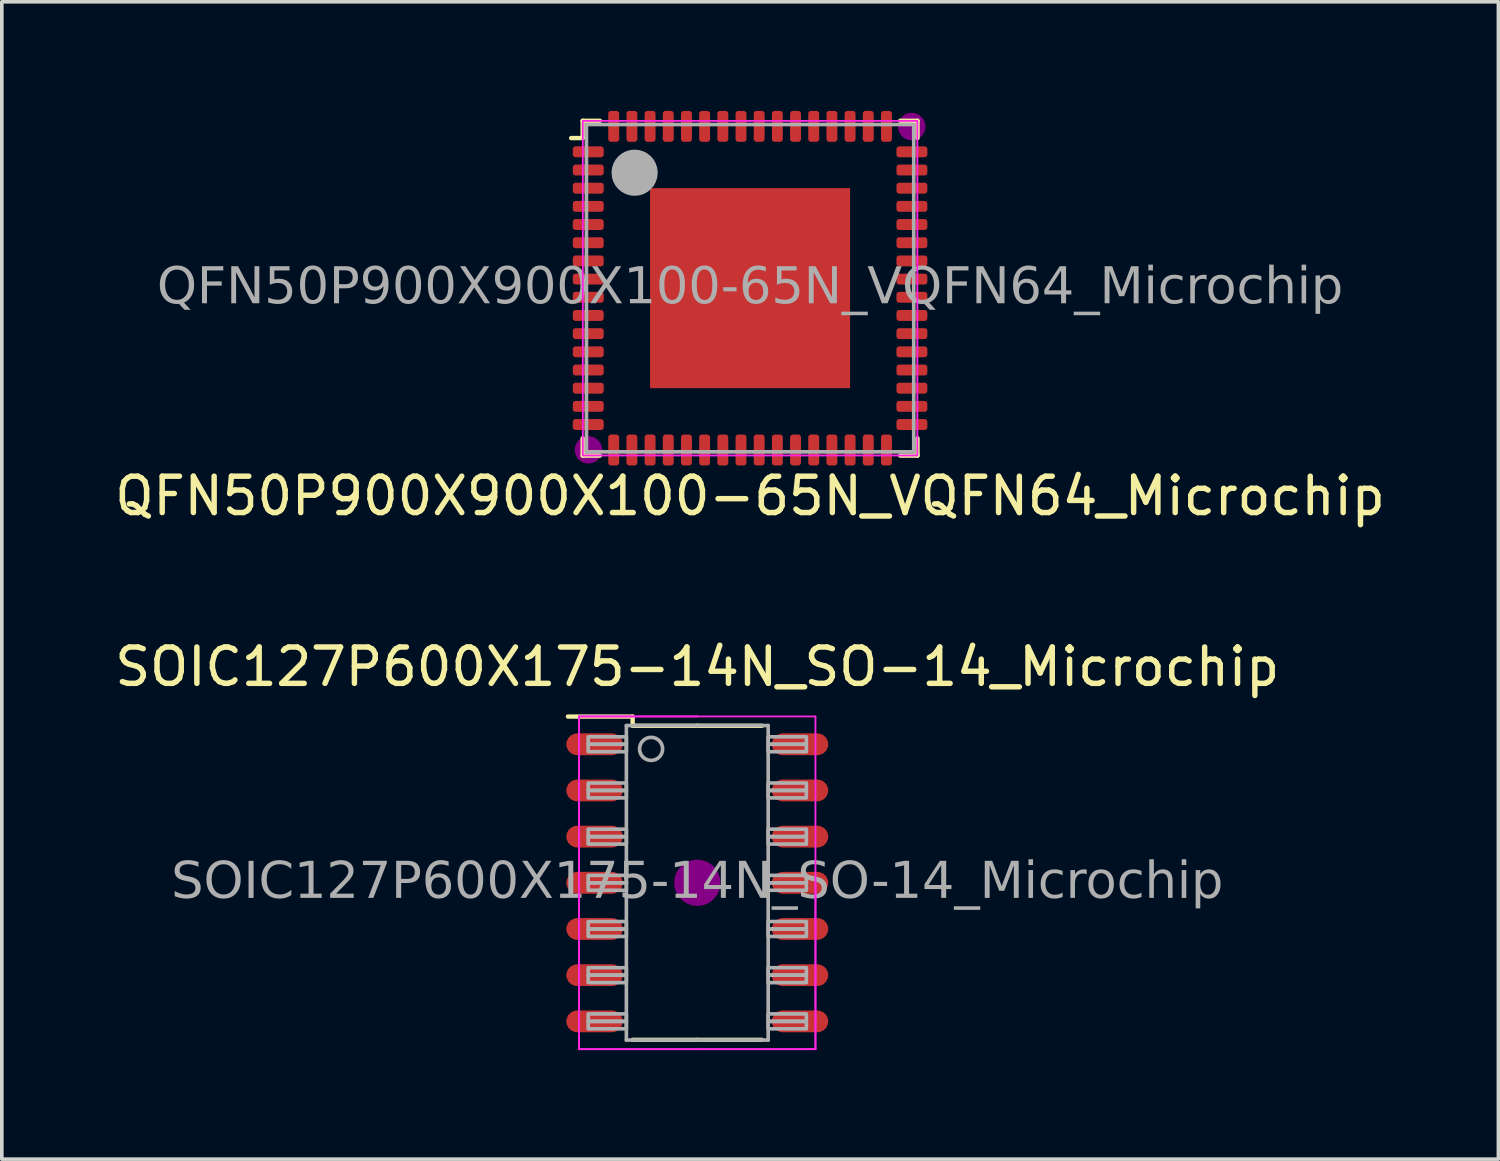
<source format=kicad_pcb>
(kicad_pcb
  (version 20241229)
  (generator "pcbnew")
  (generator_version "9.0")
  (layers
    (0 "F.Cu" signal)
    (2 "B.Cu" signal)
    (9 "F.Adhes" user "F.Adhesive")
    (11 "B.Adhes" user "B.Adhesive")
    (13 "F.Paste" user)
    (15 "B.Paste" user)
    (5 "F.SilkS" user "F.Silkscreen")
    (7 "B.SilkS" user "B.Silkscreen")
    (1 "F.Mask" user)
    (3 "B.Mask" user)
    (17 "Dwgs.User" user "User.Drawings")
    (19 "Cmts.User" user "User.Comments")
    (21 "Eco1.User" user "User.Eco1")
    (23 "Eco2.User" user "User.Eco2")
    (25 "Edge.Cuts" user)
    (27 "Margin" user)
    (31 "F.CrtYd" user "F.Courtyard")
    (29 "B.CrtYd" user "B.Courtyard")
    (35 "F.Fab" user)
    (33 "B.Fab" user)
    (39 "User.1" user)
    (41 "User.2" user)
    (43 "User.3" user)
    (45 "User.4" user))
  (footprint "QFN50P900X900X100-65N_VQFN64_Microchip"
    (layer "F.Cu")
    (at 17.577 4.875)
    (property "Reference" "QFN50P900X900X100-65N_VQFN64_Microchip" (at 0 5.715 0) (layer "F.SilkS") (effects (font (size 1 1) (thickness 0.15))))
    (attr smd)
    (fp_line (start -4.921 -4.128) (end -4.604 -4.128) (stroke (width 0.12) (type solid)) (layer "F.SilkS"))
    (fp_line (start -4.604 -4.128) (end -4.604 -4.604) (stroke (width 0.12) (type solid)) (layer "F.SilkS"))
    (fp_line (start -4.604 4.128) (end -4.604 4.604) (stroke (width 0.12) (type solid)) (layer "F.SilkS"))
    (fp_line (start -4.128 -4.604) (end -4.604 -4.604) (stroke (width 0.12) (type solid)) (layer "F.SilkS"))
    (fp_line (start -4.128 4.604) (end -4.604 4.604) (stroke (width 0.12) (type solid)) (layer "F.SilkS"))
    (fp_line (start 4.128 -4.604) (end 4.604 -4.604) (stroke (width 0.12) (type solid)) (layer "F.SilkS"))
    (fp_line (start 4.128 4.604) (end 4.604 4.604) (stroke (width 0.12) (type solid)) (layer "F.SilkS"))
    (fp_line (start 4.604 -4.128) (end 4.604 -4.604) (stroke (width 0.12) (type solid)) (layer "F.SilkS"))
    (fp_line (start 4.604 4.128) (end 4.604 4.604) (stroke (width 0.12) (type solid)) (layer "F.SilkS"))
    (fp_circle (center -4.445 4.445) (end -4.128 4.445) (stroke (width 0.12) (type solid)) (fill yes) (layer "F.Adhes"))
    (fp_circle (center 4.445 -4.445) (end 4.763 -4.445) (stroke (width 0.12) (type solid)) (fill yes) (layer "F.Adhes"))
    (fp_rect (start -4.6 -4.6) (end 4.6 4.6) (stroke (width 0.05) (type default)) (fill no) (layer "F.CrtYd"))
    (fp_rect (start -4.5 -4.5) (end 4.5 4.5) (stroke (width 0.1) (type default)) (fill no) (layer "F.Fab"))
    (fp_circle (center -3.175 -3.175) (end -2.857 -3.175) (stroke (width 0.635) (type solid)) (fill no) (layer "F.Fab"))
    (fp_text user "${REFERENCE}" (at 0 0 0) (layer "F.Fab") (effects (font (face "Tahoma") (size 1 1) (thickness 0.15))))
    (pad "1" smd roundrect (at -4.45 -3.75) (size 0.85 0.3) (layers "F.Cu" "F.Mask" "F.Paste") (roundrect_rratio 0.25))
    (pad "2" smd roundrect (at -4.45 -3.25) (size 0.85 0.3) (layers "F.Cu" "F.Mask" "F.Paste") (roundrect_rratio 0.25))
    (pad "3" smd roundrect (at -4.45 -2.75) (size 0.85 0.3) (layers "F.Cu" "F.Mask" "F.Paste") (roundrect_rratio 0.25))
    (pad "4" smd roundrect (at -4.45 -2.25) (size 0.85 0.3) (layers "F.Cu" "F.Mask" "F.Paste") (roundrect_rratio 0.25))
    (pad "5" smd roundrect (at -4.45 -1.75) (size 0.85 0.3) (layers "F.Cu" "F.Mask" "F.Paste") (roundrect_rratio 0.25))
    (pad "6" smd roundrect (at -4.45 -1.25) (size 0.85 0.3) (layers "F.Cu" "F.Mask" "F.Paste") (roundrect_rratio 0.25))
    (pad "7" smd roundrect (at -4.45 -0.75) (size 0.85 0.3) (layers "F.Cu" "F.Mask" "F.Paste") (roundrect_rratio 0.25))
    (pad "8" smd roundrect (at -4.45 -0.25) (size 0.85 0.3) (layers "F.Cu" "F.Mask" "F.Paste") (roundrect_rratio 0.25))
    (pad "9" smd roundrect (at -4.45 0.25) (size 0.85 0.3) (layers "F.Cu" "F.Mask" "F.Paste") (roundrect_rratio 0.25))
    (pad "10" smd roundrect (at -4.45 0.75) (size 0.85 0.3) (layers "F.Cu" "F.Mask" "F.Paste") (roundrect_rratio 0.25))
    (pad "11" smd roundrect (at -4.45 1.25) (size 0.85 0.3) (layers "F.Cu" "F.Mask" "F.Paste") (roundrect_rratio 0.25))
    (pad "12" smd roundrect (at -4.45 1.75) (size 0.85 0.3) (layers "F.Cu" "F.Mask" "F.Paste") (roundrect_rratio 0.25))
    (pad "13" smd roundrect (at -4.45 2.25) (size 0.85 0.3) (layers "F.Cu" "F.Mask" "F.Paste") (roundrect_rratio 0.25))
    (pad "14" smd roundrect (at -4.45 2.75) (size 0.85 0.3) (layers "F.Cu" "F.Mask" "F.Paste") (roundrect_rratio 0.25))
    (pad "15" smd roundrect (at -4.45 3.25) (size 0.85 0.3) (layers "F.Cu" "F.Mask" "F.Paste") (roundrect_rratio 0.25))
    (pad "16" smd roundrect (at -4.45 3.75) (size 0.85 0.3) (layers "F.Cu" "F.Mask" "F.Paste") (roundrect_rratio 0.25))
    (pad "17" smd roundrect (at -3.75 4.45 90) (size 0.85 0.3) (layers "F.Cu" "F.Mask" "F.Paste") (roundrect_rratio 0.25))
    (pad "18" smd roundrect (at -3.25 4.45 90) (size 0.85 0.3) (layers "F.Cu" "F.Mask" "F.Paste") (roundrect_rratio 0.25))
    (pad "19" smd roundrect (at -2.75 4.45 90) (size 0.85 0.3) (layers "F.Cu" "F.Mask" "F.Paste") (roundrect_rratio 0.25))
    (pad "20" smd roundrect (at -2.25 4.45 90) (size 0.85 0.3) (layers "F.Cu" "F.Mask" "F.Paste") (roundrect_rratio 0.25))
    (pad "21" smd roundrect (at -1.75 4.45 90) (size 0.85 0.3) (layers "F.Cu" "F.Mask" "F.Paste") (roundrect_rratio 0.25))
    (pad "22" smd roundrect (at -1.25 4.45 90) (size 0.85 0.3) (layers "F.Cu" "F.Mask" "F.Paste") (roundrect_rratio 0.25))
    (pad "23" smd roundrect (at -0.75 4.45 90) (size 0.85 0.3) (layers "F.Cu" "F.Mask" "F.Paste") (roundrect_rratio 0.25))
    (pad "24" smd roundrect (at -0.25 4.45 90) (size 0.85 0.3) (layers "F.Cu" "F.Mask" "F.Paste") (roundrect_rratio 0.25))
    (pad "25" smd roundrect (at 0.25 4.45 90) (size 0.85 0.3) (layers "F.Cu" "F.Mask" "F.Paste") (roundrect_rratio 0.25))
    (pad "26" smd roundrect (at 0.75 4.45 90) (size 0.85 0.3) (layers "F.Cu" "F.Mask" "F.Paste") (roundrect_rratio 0.25))
    (pad "27" smd roundrect (at 1.25 4.45 90) (size 0.85 0.3) (layers "F.Cu" "F.Mask" "F.Paste") (roundrect_rratio 0.25))
    (pad "28" smd roundrect (at 1.75 4.45 90) (size 0.85 0.3) (layers "F.Cu" "F.Mask" "F.Paste") (roundrect_rratio 0.25))
    (pad "29" smd roundrect (at 2.25 4.45 90) (size 0.85 0.3) (layers "F.Cu" "F.Mask" "F.Paste") (roundrect_rratio 0.25))
    (pad "30" smd roundrect (at 2.75 4.45 90) (size 0.85 0.3) (layers "F.Cu" "F.Mask" "F.Paste") (roundrect_rratio 0.25))
    (pad "31" smd roundrect (at 3.25 4.45 90) (size 0.85 0.3) (layers "F.Cu" "F.Mask" "F.Paste") (roundrect_rratio 0.25))
    (pad "32" smd roundrect (at 3.75 4.45 90) (size 0.85 0.3) (layers "F.Cu" "F.Mask" "F.Paste") (roundrect_rratio 0.25))
    (pad "33" smd roundrect (at 4.45 3.75) (size 0.85 0.3) (layers "F.Cu" "F.Mask" "F.Paste") (roundrect_rratio 0.25))
    (pad "34" smd roundrect (at 4.45 3.25) (size 0.85 0.3) (layers "F.Cu" "F.Mask" "F.Paste") (roundrect_rratio 0.25))
    (pad "35" smd roundrect (at 4.45 2.75) (size 0.85 0.3) (layers "F.Cu" "F.Mask" "F.Paste") (roundrect_rratio 0.25))
    (pad "36" smd roundrect (at 4.45 2.25) (size 0.85 0.3) (layers "F.Cu" "F.Mask" "F.Paste") (roundrect_rratio 0.25))
    (pad "37" smd roundrect (at 4.45 1.75) (size 0.85 0.3) (layers "F.Cu" "F.Mask" "F.Paste") (roundrect_rratio 0.25))
    (pad "38" smd roundrect (at 4.45 1.25) (size 0.85 0.3) (layers "F.Cu" "F.Mask" "F.Paste") (roundrect_rratio 0.25))
    (pad "39" smd roundrect (at 4.45 0.75) (size 0.85 0.3) (layers "F.Cu" "F.Mask" "F.Paste") (roundrect_rratio 0.25))
    (pad "40" smd roundrect (at 4.45 0.25) (size 0.85 0.3) (layers "F.Cu" "F.Mask" "F.Paste") (roundrect_rratio 0.25))
    (pad "41" smd roundrect (at 4.45 -0.25) (size 0.85 0.3) (layers "F.Cu" "F.Mask" "F.Paste") (roundrect_rratio 0.25))
    (pad "42" smd roundrect (at 4.45 -0.75) (size 0.85 0.3) (layers "F.Cu" "F.Mask" "F.Paste") (roundrect_rratio 0.25))
    (pad "43" smd roundrect (at 4.45 -1.25) (size 0.85 0.3) (layers "F.Cu" "F.Mask" "F.Paste") (roundrect_rratio 0.25))
    (pad "44" smd roundrect (at 4.45 -1.75) (size 0.85 0.3) (layers "F.Cu" "F.Mask" "F.Paste") (roundrect_rratio 0.25))
    (pad "45" smd roundrect (at 4.45 -2.25) (size 0.85 0.3) (layers "F.Cu" "F.Mask" "F.Paste") (roundrect_rratio 0.25))
    (pad "46" smd roundrect (at 4.45 -2.75) (size 0.85 0.3) (layers "F.Cu" "F.Mask" "F.Paste") (roundrect_rratio 0.25))
    (pad "47" smd roundrect (at 4.45 -3.25) (size 0.85 0.3) (layers "F.Cu" "F.Mask" "F.Paste") (roundrect_rratio 0.25))
    (pad "48" smd roundrect (at 4.45 -3.75) (size 0.85 0.3) (layers "F.Cu" "F.Mask" "F.Paste") (roundrect_rratio 0.25))
    (pad "49" smd roundrect (at 3.75 -4.45 90) (size 0.85 0.3) (layers "F.Cu" "F.Mask" "F.Paste") (roundrect_rratio 0.25))
    (pad "50" smd roundrect (at 3.25 -4.45 90) (size 0.85 0.3) (layers "F.Cu" "F.Mask" "F.Paste") (roundrect_rratio 0.25))
    (pad "51" smd roundrect (at 2.75 -4.45 90) (size 0.85 0.3) (layers "F.Cu" "F.Mask" "F.Paste") (roundrect_rratio 0.25))
    (pad "52" smd roundrect (at 2.25 -4.45 90) (size 0.85 0.3) (layers "F.Cu" "F.Mask" "F.Paste") (roundrect_rratio 0.25))
    (pad "53" smd roundrect (at 1.75 -4.45 90) (size 0.85 0.3) (layers "F.Cu" "F.Mask" "F.Paste") (roundrect_rratio 0.25))
    (pad "54" smd roundrect (at 1.25 -4.45 90) (size 0.85 0.3) (layers "F.Cu" "F.Mask" "F.Paste") (roundrect_rratio 0.25))
    (pad "55" smd roundrect (at 0.75 -4.45 90) (size 0.85 0.3) (layers "F.Cu" "F.Mask" "F.Paste") (roundrect_rratio 0.25))
    (pad "56" smd roundrect (at 0.25 -4.45 90) (size 0.85 0.3) (layers "F.Cu" "F.Mask" "F.Paste") (roundrect_rratio 0.25))
    (pad "57" smd roundrect (at -0.25 -4.45 90) (size 0.85 0.3) (layers "F.Cu" "F.Mask" "F.Paste") (roundrect_rratio 0.25))
    (pad "58" smd roundrect (at -0.75 -4.45 90) (size 0.85 0.3) (layers "F.Cu" "F.Mask" "F.Paste") (roundrect_rratio 0.25))
    (pad "59" smd roundrect (at -1.25 -4.45 90) (size 0.85 0.3) (layers "F.Cu" "F.Mask" "F.Paste") (roundrect_rratio 0.25))
    (pad "60" smd roundrect (at -1.75 -4.45 90) (size 0.85 0.3) (layers "F.Cu" "F.Mask" "F.Paste") (roundrect_rratio 0.25))
    (pad "61" smd roundrect (at -2.25 -4.45 90) (size 0.85 0.3) (layers "F.Cu" "F.Mask" "F.Paste") (roundrect_rratio 0.25))
    (pad "62" smd roundrect (at -2.75 -4.45 90) (size 0.85 0.3) (layers "F.Cu" "F.Mask" "F.Paste") (roundrect_rratio 0.25))
    (pad "63" smd roundrect (at -3.25 -4.45 90) (size 0.85 0.3) (layers "F.Cu" "F.Mask" "F.Paste") (roundrect_rratio 0.25))
    (pad "64" smd roundrect (at -3.75 -4.45 90) (size 0.85 0.3) (layers "F.Cu" "F.Mask" "F.Paste") (roundrect_rratio 0.25))
    (pad "65" smd rect (at 0 0) (size 5.5 5.5) (layers "F.Cu" "F.Mask" "F.Paste")))
  (footprint "SOIC127P600X175-14N_SO-14_Microchip"
    (layer "F.Cu")
    (at 16.125 21.227)
    (property "Reference" "SOIC127P600X175-14N_SO-14_Microchip" (at 0 -5.94 0) (layer "F.SilkS") (effects (font (size 1 1) (thickness 0.15))))
    (attr smd)
    (fp_line (start -1.778 -4.572) (end -3.556 -4.572) (stroke (width 0.12) (type solid)) (layer "F.SilkS"))
    (fp_line (start -1.778 -4.572) (end -1.778 -4.318) (stroke (width 0.12) (type solid)) (layer "F.SilkS"))
    (fp_line (start 0 -4.318) (end -1.778 -4.318) (stroke (width 0.12) (type solid)) (layer "F.SilkS"))
    (fp_line (start 0 4.318) (end -1.778 4.318) (stroke (width 0.12) (type solid)) (layer "F.SilkS"))
    (fp_line (start 0 4.318) (end 1.778 4.318) (stroke (width 0.12) (type solid)) (layer "F.SilkS"))
    (fp_line (start 0.003 -4.318) (end 1.778 -4.318) (stroke (width 0.12) (type solid)) (layer "F.SilkS"))
    (fp_circle (center 0 0) (end 0.635 0) (stroke (width 0) (type solid)) (fill yes) (layer "F.Adhes"))
    (fp_line (start -3.25 0) (end -3.25 -4.575) (stroke (width 0.05) (type solid)) (layer "F.CrtYd"))
    (fp_line (start -3.25 0) (end -3.25 -4.575) (stroke (width 0.05) (type solid)) (layer "F.CrtYd"))
    (fp_line (start -3.25 0) (end -3.25 4.575) (stroke (width 0.05) (type solid)) (layer "F.CrtYd"))
    (fp_line (start -3.25 0) (end -3.25 4.575) (stroke (width 0.05) (type solid)) (layer "F.CrtYd"))
    (fp_line (start 0 -4.575) (end -3.25 -4.575) (stroke (width 0.05) (type solid)) (layer "F.CrtYd"))
    (fp_line (start 0 -4.575) (end -3.25 -4.575) (stroke (width 0.05) (type solid)) (layer "F.CrtYd"))
    (fp_line (start 0 -4.575) (end 3.25 -4.575) (stroke (width 0.05) (type solid)) (layer "F.CrtYd"))
    (fp_line (start 0 4.575) (end -3.25 4.575) (stroke (width 0.05) (type solid)) (layer "F.CrtYd"))
    (fp_line (start 0 4.575) (end -3.25 4.575) (stroke (width 0.05) (type solid)) (layer "F.CrtYd"))
    (fp_line (start 0 4.575) (end 3.25 4.575) (stroke (width 0.05) (type solid)) (layer "F.CrtYd"))
    (fp_line (start 0 4.575) (end 3.25 4.575) (stroke (width 0.05) (type solid)) (layer "F.CrtYd"))
    (fp_line (start 3.25 0) (end 3.25 -4.575) (stroke (width 0.05) (type solid)) (layer "F.CrtYd"))
    (fp_line (start 3.25 0) (end 3.25 4.575) (stroke (width 0.05) (type solid)) (layer "F.CrtYd"))
    (fp_line (start 3.25 0) (end 3.25 4.575) (stroke (width 0.05) (type solid)) (layer "F.CrtYd"))
    (fp_line (start -1.95 0) (end -1.95 -4.325) (stroke (width 0.1) (type solid)) (layer "F.Fab"))
    (fp_line (start -1.95 0) (end -1.95 4.325) (stroke (width 0.1) (type solid)) (layer "F.Fab"))
    (fp_line (start 0 -4.325) (end -1.95 -4.325) (stroke (width 0.1) (type solid)) (layer "F.Fab"))
    (fp_line (start 0 -4.325) (end 1.95 -4.325) (stroke (width 0.1) (type solid)) (layer "F.Fab"))
    (fp_line (start 0 4.325) (end -1.95 4.325) (stroke (width 0.1) (type solid)) (layer "F.Fab"))
    (fp_line (start 0 4.325) (end 1.95 4.325) (stroke (width 0.1) (type solid)) (layer "F.Fab"))
    (fp_line (start 1.95 0) (end 1.95 -4.325) (stroke (width 0.1) (type solid)) (layer "F.Fab"))
    (fp_line (start 1.95 0) (end 1.95 4.325) (stroke (width 0.1) (type solid)) (layer "F.Fab"))
    (fp_rect (start -1.95 -3.81) (end -3 -4.015) (stroke (width 0.1) (type solid)) (fill no) (layer "F.Fab"))
    (fp_rect (start -1.95 -3.605) (end -3 -3.81) (stroke (width 0.1) (type solid)) (fill no) (layer "F.Fab"))
    (fp_rect (start -1.95 -2.54) (end -3 -2.745) (stroke (width 0.1) (type solid)) (fill no) (layer "F.Fab"))
    (fp_rect (start -1.95 -2.335) (end -3 -2.54) (stroke (width 0.1) (type solid)) (fill no) (layer "F.Fab"))
    (fp_rect (start -1.95 -1.27) (end -3 -1.475) (stroke (width 0.1) (type solid)) (fill no) (layer "F.Fab"))
    (fp_rect (start -1.95 -1.065) (end -3 -1.27) (stroke (width 0.1) (type solid)) (fill no) (layer "F.Fab"))
    (fp_rect (start -1.95 0) (end -3 -0.205) (stroke (width 0.1) (type solid)) (fill no) (layer "F.Fab"))
    (fp_rect (start -1.95 0) (end -3 0.205) (stroke (width 0.1) (type solid)) (fill no) (layer "F.Fab"))
    (fp_rect (start -1.95 1.065) (end -3 1.27) (stroke (width 0.1) (type solid)) (fill no) (layer "F.Fab"))
    (fp_rect (start -1.95 1.27) (end -3 1.475) (stroke (width 0.1) (type solid)) (fill no) (layer "F.Fab"))
    (fp_rect (start -1.95 2.335) (end -3 2.54) (stroke (width 0.1) (type solid)) (fill no) (layer "F.Fab"))
    (fp_rect (start -1.95 2.54) (end -3 2.745) (stroke (width 0.1) (type solid)) (fill no) (layer "F.Fab"))
    (fp_rect (start -1.95 3.605) (end -3 3.81) (stroke (width 0.1) (type solid)) (fill no) (layer "F.Fab"))
    (fp_rect (start -1.95 3.81) (end -3 4.015) (stroke (width 0.1) (type solid)) (fill no) (layer "F.Fab"))
    (fp_rect (start 1.95 -3.81) (end 3 -4.015) (stroke (width 0.1) (type solid)) (fill no) (layer "F.Fab"))
    (fp_rect (start 1.95 -3.605) (end 3 -3.81) (stroke (width 0.1) (type solid)) (fill no) (layer "F.Fab"))
    (fp_rect (start 1.95 -2.54) (end 3 -2.745) (stroke (width 0.1) (type solid)) (fill no) (layer "F.Fab"))
    (fp_rect (start 1.95 -2.335) (end 3 -2.54) (stroke (width 0.1) (type solid)) (fill no) (layer "F.Fab"))
    (fp_rect (start 1.95 -1.27) (end 3 -1.475) (stroke (width 0.1) (type solid)) (fill no) (layer "F.Fab"))
    (fp_rect (start 1.95 -1.065) (end 3 -1.27) (stroke (width 0.1) (type solid)) (fill no) (layer "F.Fab"))
    (fp_rect (start 1.95 0) (end 3 -0.205) (stroke (width 0.1) (type solid)) (fill no) (layer "F.Fab"))
    (fp_rect (start 1.95 0) (end 3 0.205) (stroke (width 0.1) (type solid)) (fill no) (layer "F.Fab"))
    (fp_rect (start 1.95 1.065) (end 3 1.27) (stroke (width 0.1) (type solid)) (fill no) (layer "F.Fab"))
    (fp_rect (start 1.95 1.27) (end 3 1.475) (stroke (width 0.1) (type solid)) (fill no) (layer "F.Fab"))
    (fp_rect (start 1.95 2.335) (end 3 2.54) (stroke (width 0.1) (type solid)) (fill no) (layer "F.Fab"))
    (fp_rect (start 1.95 2.54) (end 3 2.745) (stroke (width 0.1) (type solid)) (fill no) (layer "F.Fab"))
    (fp_rect (start 1.95 3.605) (end 3 3.81) (stroke (width 0.1) (type solid)) (fill no) (layer "F.Fab"))
    (fp_rect (start 1.95 3.81) (end 3 4.015) (stroke (width 0.1) (type solid)) (fill no) (layer "F.Fab"))
    (fp_circle (center -1.27 -3.683) (end -0.953 -3.683) (stroke (width 0.1) (type solid)) (fill no) (layer "F.Fab"))
    (fp_text user "${REFERENCE}" (at 0 0 0) (layer "F.Fab") (effects (font (face "Tahoma") (size 1 1) (thickness 0.15))))
    (pad "1" smd roundrect (at -2.825 -3.81) (size 1.554 0.6) (layers "F.Cu" "F.Mask" "F.Paste") (roundrect_rratio 0.5))
    (pad "2" smd roundrect (at -2.825 -2.54) (size 1.554 0.6) (layers "F.Cu" "F.Mask" "F.Paste") (roundrect_rratio 0.5))
    (pad "3" smd roundrect (at -2.825 -1.27) (size 1.554 0.6) (layers "F.Cu" "F.Mask" "F.Paste") (roundrect_rratio 0.5))
    (pad "4" smd roundrect (at -2.825 0) (size 1.554 0.6) (layers "F.Cu" "F.Mask" "F.Paste") (roundrect_rratio 0.5))
    (pad "5" smd roundrect (at -2.825 1.27) (size 1.554 0.6) (layers "F.Cu" "F.Mask" "F.Paste") (roundrect_rratio 0.5))
    (pad "6" smd roundrect (at -2.825 2.54) (size 1.554 0.6) (layers "F.Cu" "F.Mask" "F.Paste") (roundrect_rratio 0.5))
    (pad "7" smd roundrect (at -2.825 3.81) (size 1.554 0.6) (layers "F.Cu" "F.Mask" "F.Paste") (roundrect_rratio 0.5))
    (pad "8" smd roundrect (at 2.825 3.81) (size 1.554 0.6) (layers "F.Cu" "F.Mask" "F.Paste") (roundrect_rratio 0.5))
    (pad "9" smd roundrect (at 2.825 2.54) (size 1.554 0.6) (layers "F.Cu" "F.Mask" "F.Paste") (roundrect_rratio 0.5))
    (pad "10" smd roundrect (at 2.825 1.27) (size 1.554 0.6) (layers "F.Cu" "F.Mask" "F.Paste") (roundrect_rratio 0.5))
    (pad "11" smd roundrect (at 2.825 0) (size 1.554 0.6) (layers "F.Cu" "F.Mask" "F.Paste") (roundrect_rratio 0.5))
    (pad "12" smd roundrect (at 2.825 -1.27) (size 1.554 0.6) (layers "F.Cu" "F.Mask" "F.Paste") (roundrect_rratio 0.5))
    (pad "13" smd roundrect (at 2.825 -2.54) (size 1.554 0.6) (layers "F.Cu" "F.Mask" "F.Paste") (roundrect_rratio 0.5))
    (pad "14" smd roundrect (at 2.825 -3.81) (size 1.554 0.6) (layers "F.Cu" "F.Mask" "F.Paste") (roundrect_rratio 0.5)))
  (gr_rect
    (start -3 -3)
    (end 38.155 28.826)
    (stroke (width 0.1) (type default))
    (fill no)
    (layer "Edge.Cuts")))
</source>
